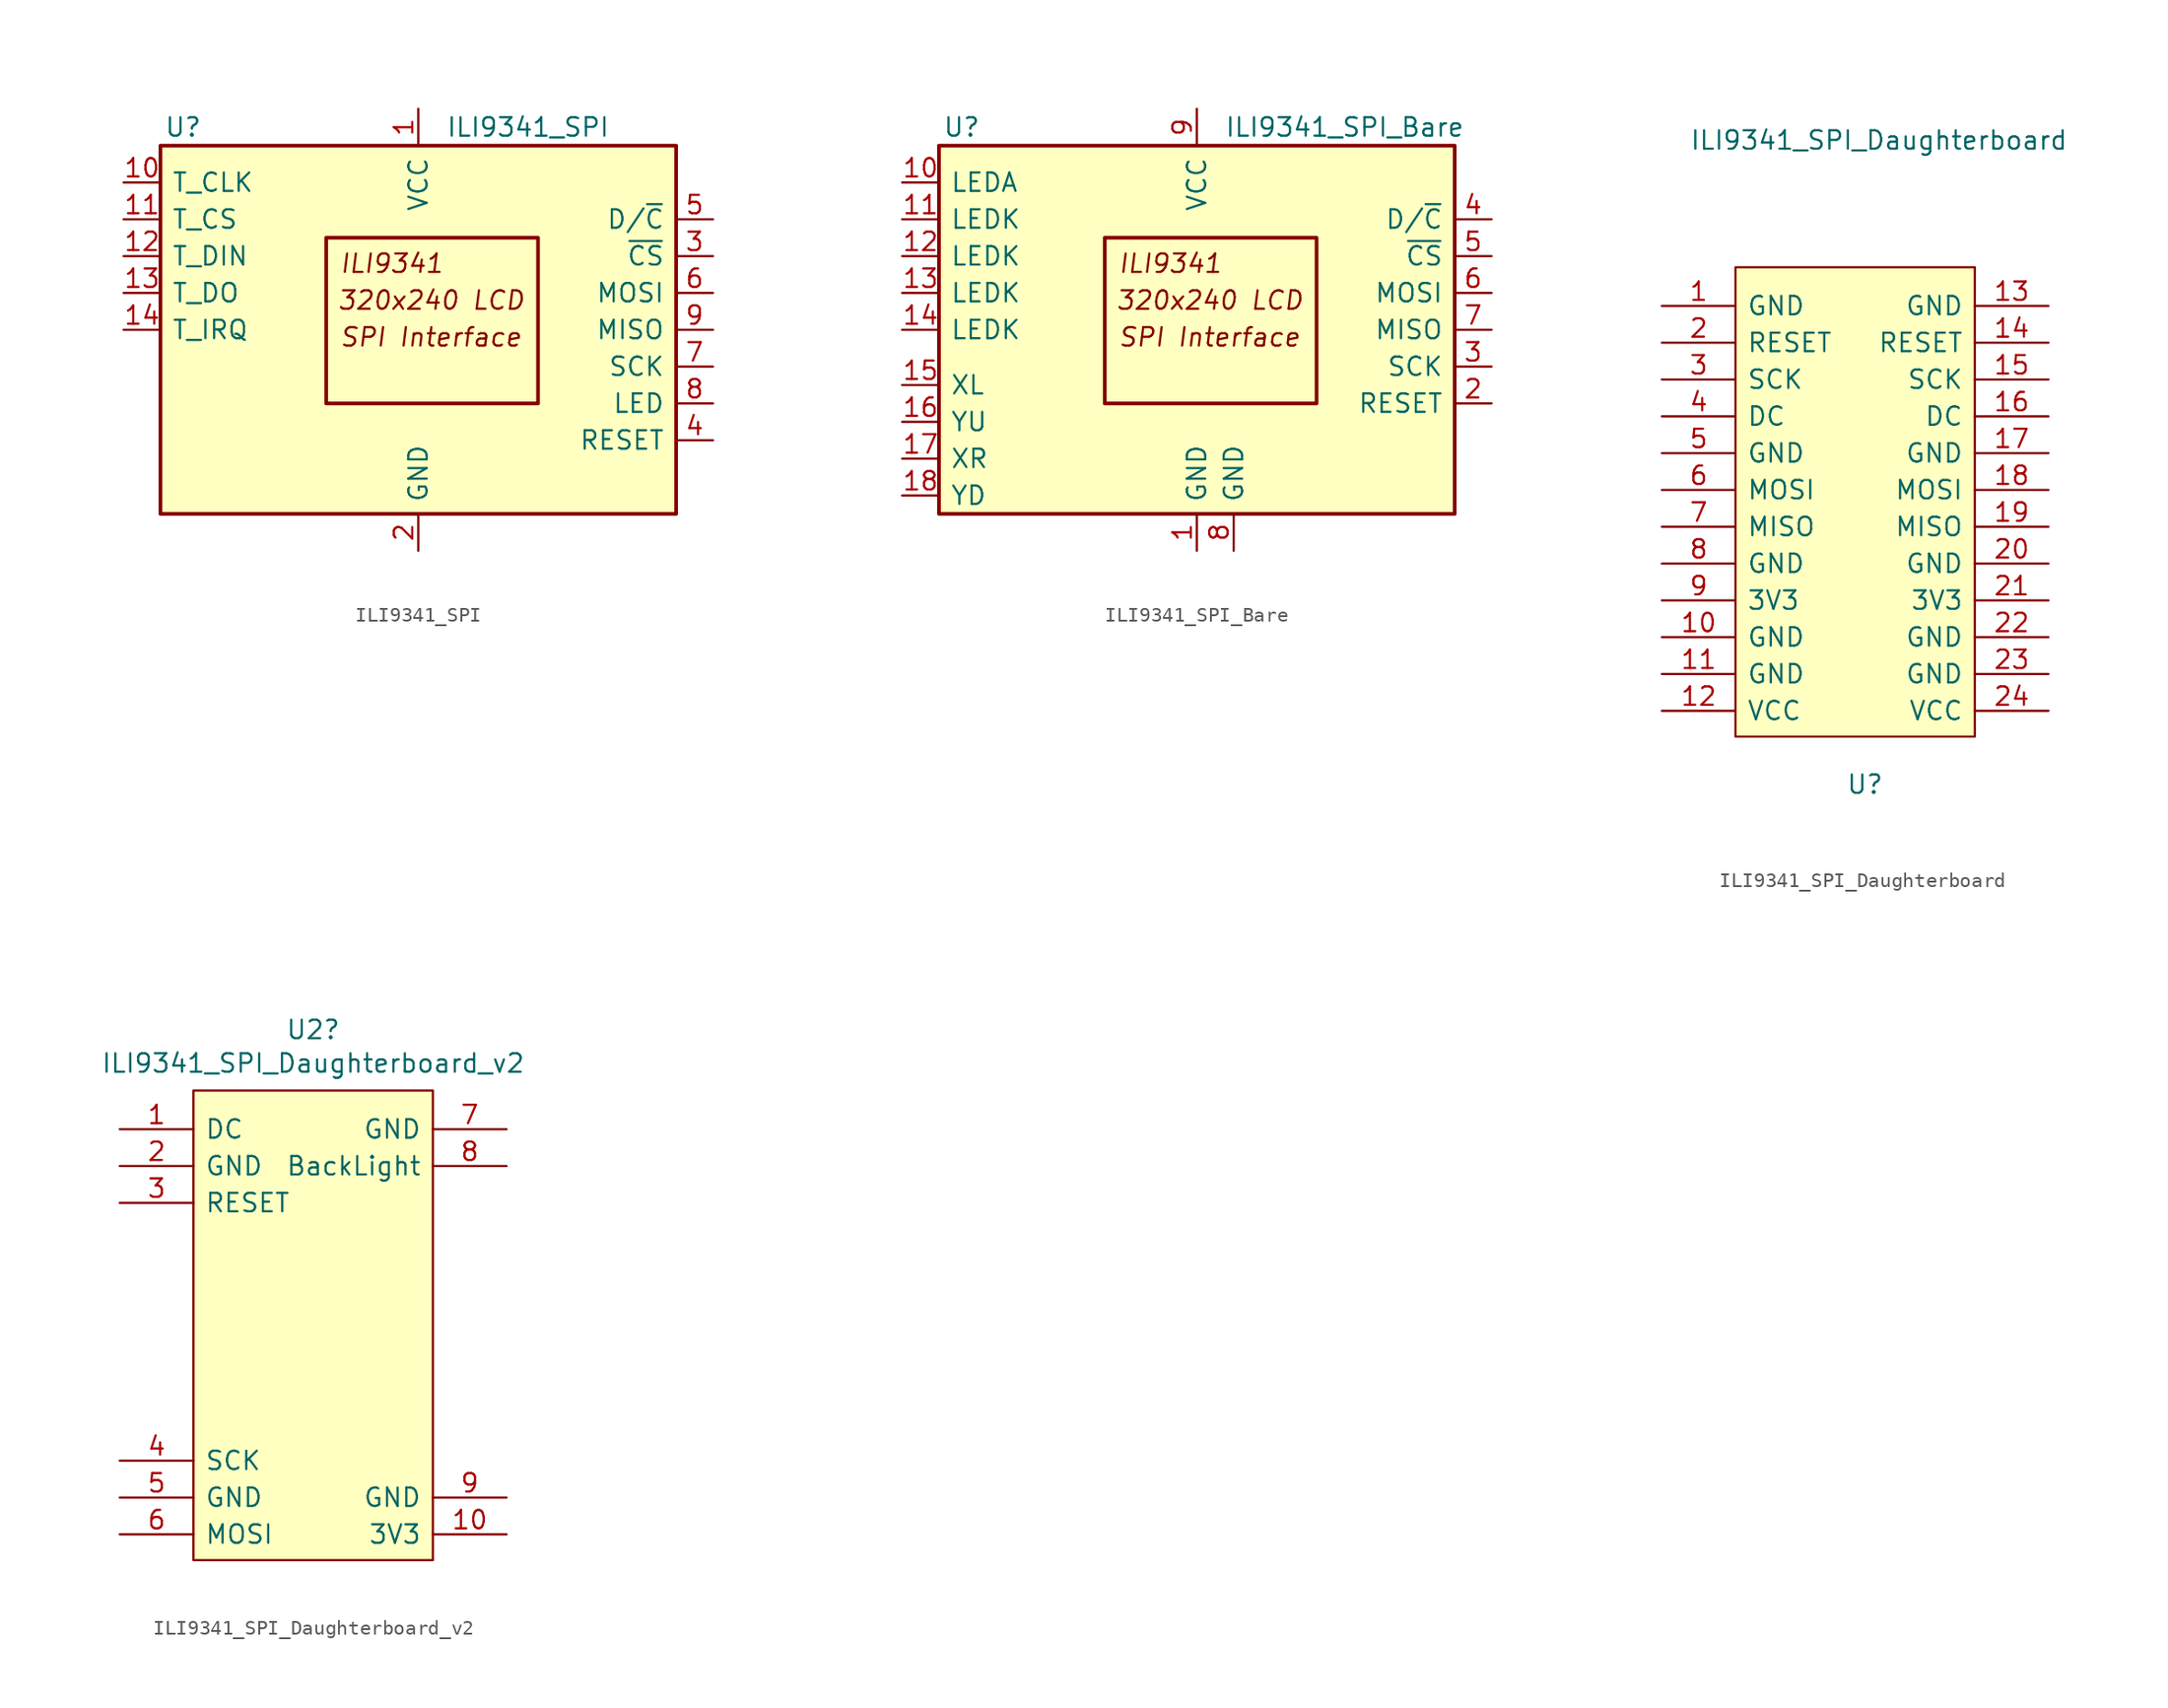
<source format=kicad_sym>
(kicad_symbol_lib
  (version 20231120)
  (generator "kicad_symbol_editor")
  (generator_version "8.0")
  (symbol "ILI9341_SPI"
    (pin_names
      (offset 0.762))
    (property "Reference" "U"
      (at -17.526 13.97 0)
      (effects (font (size 1.27 1.27)) (justify left)))
    (property "Value" "ILI9341_SPI"
      (at 1.905 13.97 0)
      (effects (font (size 1.27 1.27)) (justify left)))
    (symbol "ILI9341_SPI_0_0"
      (text "320x240 LCD" (at 0.889 2.032 0) (effects (font (size 1.27 1.27) (italic yes))))
      (text "ILI9341" (at -5.461 4.572 0) (effects (font (size 1.27 1.27) (italic yes)) (justify left)))
      (text "SPI Interface" (at -5.461 -0.508 0) (effects (font (size 1.27 1.27) (italic yes)) (justify left))))
    (symbol "ILI9341_SPI_0_1"
      (rectangle (start -17.78 12.7) (end 17.78 -12.7) (stroke (width 0.254) (type default)) (fill (type background)))
      (rectangle (start -6.35 6.35) (end 8.255 -5.08) (stroke (width 0.254) (type default)) (fill (type none))))
    (symbol "ILI9341_SPI_1_1"
      (pin power_in line (at 0 15.24 270) (length 2.54) (name "VCC" (effects (font (size 1.27 1.27)))) (number "1" (effects (font (size 1.27 1.27)))))
      (pin input line (at -20.32 10.16 0) (length 2.54) (name "T_CLK" (effects (font (size 1.27 1.27)))) (number "10" (effects (font (size 1.27 1.27)))))
      (pin input line (at -20.32 7.62 0) (length 2.54) (name "T_CS" (effects (font (size 1.27 1.27)))) (number "11" (effects (font (size 1.27 1.27)))))
      (pin output line (at -20.32 5.08 0) (length 2.54) (name "T_DIN" (effects (font (size 1.27 1.27)))) (number "12" (effects (font (size 1.27 1.27)))))
      (pin input line (at -20.32 2.54 0) (length 2.54) (name "T_DO" (effects (font (size 1.27 1.27)))) (number "13" (effects (font (size 1.27 1.27)))))
      (pin input line (at -20.32 0 0) (length 2.54) (name "T_IRQ" (effects (font (size 1.27 1.27)))) (number "14" (effects (font (size 1.27 1.27)))))
      (pin power_in line (at 0 -15.24 90) (length 2.54) (name "GND" (effects (font (size 1.27 1.27)))) (number "2" (effects (font (size 1.27 1.27)))))
      (pin input line (at 20.32 5.08 180) (length 2.54) (name "~{CS}" (effects (font (size 1.27 1.27)))) (number "3" (effects (font (size 1.27 1.27)))))
      (pin input line (at 20.32 -7.62 180) (length 2.54) (name "RESET" (effects (font (size 1.27 1.27)))) (number "4" (effects (font (size 1.27 1.27)))))
      (pin input line (at 20.32 7.62 180) (length 2.54) (name "D/~{C}" (effects (font (size 1.27 1.27)))) (number "5" (effects (font (size 1.27 1.27)))))
      (pin input line (at 20.32 2.54 180) (length 2.54) (name "MOSI" (effects (font (size 1.27 1.27)))) (number "6" (effects (font (size 1.27 1.27)))))
      (pin input line (at 20.32 -2.54 180) (length 2.54) (name "SCK" (effects (font (size 1.27 1.27)))) (number "7" (effects (font (size 1.27 1.27)))))
      (pin input line (at 20.32 -5.08 180) (length 2.54) (name "LED" (effects (font (size 1.27 1.27)))) (number "8" (effects (font (size 1.27 1.27)))))
      (pin output line (at 20.32 0 180) (length 2.54) (name "MISO" (effects (font (size 1.27 1.27)))) (number "9" (effects (font (size 1.27 1.27)))))))
  (symbol "ILI9341_SPI_Bare"
    (pin_names
      (offset 0.762))
    (property "Reference" "U"
      (at -17.526 13.97 0)
      (effects (font (size 1.27 1.27)) (justify left)))
    (property "Value" "ILI9341_SPI_Bare"
      (at 1.905 13.97 0)
      (effects (font (size 1.27 1.27)) (justify left)))
    (symbol "ILI9341_SPI_Bare_0_0"
      (text "320x240 LCD" (at 0.889 2.032 0) (effects (font (size 1.27 1.27) (italic yes))))
      (text "ILI9341" (at -5.461 4.572 0) (effects (font (size 1.27 1.27) (italic yes)) (justify left)))
      (text "SPI Interface" (at -5.461 -0.508 0) (effects (font (size 1.27 1.27) (italic yes)) (justify left))))
    (symbol "ILI9341_SPI_Bare_0_1"
      (rectangle (start -17.78 12.7) (end 17.78 -12.7) (stroke (width 0.254) (type default)) (fill (type background)))
      (rectangle (start -6.35 6.35) (end 8.255 -5.08) (stroke (width 0.254) (type default)) (fill (type none))))
    (symbol "ILI9341_SPI_Bare_1_1"
      (pin power_in line (at 0 -15.24 90) (length 2.54) (name "GND" (effects (font (size 1.27 1.27)))) (number "1" (effects (font (size 1.27 1.27)))))
      (pin input line (at -20.32 10.16 0) (length 2.54) (name "LEDA" (effects (font (size 1.27 1.27)))) (number "10" (effects (font (size 1.27 1.27)))))
      (pin input line (at -20.32 7.62 0) (length 2.54) (name "LEDK" (effects (font (size 1.27 1.27)))) (number "11" (effects (font (size 1.27 1.27)))))
      (pin input line (at -20.32 5.08 0) (length 2.54) (name "LEDK" (effects (font (size 1.27 1.27)))) (number "12" (effects (font (size 1.27 1.27)))))
      (pin input line (at -20.32 2.54 0) (length 2.54) (name "LEDK" (effects (font (size 1.27 1.27)))) (number "13" (effects (font (size 1.27 1.27)))))
      (pin input line (at -20.32 0 0) (length 2.54) (name "LEDK" (effects (font (size 1.27 1.27)))) (number "14" (effects (font (size 1.27 1.27)))))
      (pin input line (at -20.32 -3.81 0) (length 2.54) (name "XL" (effects (font (size 1.27 1.27)))) (number "15" (effects (font (size 1.27 1.27)))))
      (pin input line (at -20.32 -6.35 0) (length 2.54) (name "YU" (effects (font (size 1.27 1.27)))) (number "16" (effects (font (size 1.27 1.27)))))
      (pin input line (at -20.32 -8.89 0) (length 2.54) (name "XR" (effects (font (size 1.27 1.27)))) (number "17" (effects (font (size 1.27 1.27)))))
      (pin input line (at -20.32 -11.43 0) (length 2.54) (name "YD" (effects (font (size 1.27 1.27)))) (number "18" (effects (font (size 1.27 1.27)))))
      (pin input line (at 20.32 -5.08 180) (length 2.54) (name "RESET" (effects (font (size 1.27 1.27)))) (number "2" (effects (font (size 1.27 1.27)))))
      (pin input line (at 20.32 -2.54 180) (length 2.54) (name "SCK" (effects (font (size 1.27 1.27)))) (number "3" (effects (font (size 1.27 1.27)))))
      (pin input line (at 20.32 7.62 180) (length 2.54) (name "D/~{C}" (effects (font (size 1.27 1.27)))) (number "4" (effects (font (size 1.27 1.27)))))
      (pin input line (at 20.32 5.08 180) (length 2.54) (name "~{CS}" (effects (font (size 1.27 1.27)))) (number "5" (effects (font (size 1.27 1.27)))))
      (pin input line (at 20.32 2.54 180) (length 2.54) (name "MOSI" (effects (font (size 1.27 1.27)))) (number "6" (effects (font (size 1.27 1.27)))))
      (pin output line (at 20.32 0 180) (length 2.54) (name "MISO" (effects (font (size 1.27 1.27)))) (number "7" (effects (font (size 1.27 1.27)))))
      (pin power_in line (at 2.54 -15.24 90) (length 2.54) (name "GND" (effects (font (size 1.27 1.27)))) (number "8" (effects (font (size 1.27 1.27)))))
      (pin power_in line (at 0 15.24 270) (length 2.54) (name "VCC" (effects (font (size 1.27 1.27)))) (number "9" (effects (font (size 1.27 1.27)))))))
  (symbol "ILI9341_SPI_Daughterboard"
    (pin_names
      (offset 0.762))
    (property "Reference" "U"
      (at 12.7 -33.02 0)
      (effects (font (size 1.27 1.27)) (justify left)))
    (property "Value" "ILI9341_SPI_Daughterboard"
      (at 1.905 11.43 0)
      (effects (font (size 1.27 1.27)) (justify left)))
    (symbol "ILI9341_SPI_Daughterboard_0_0"
      (pin power_in line (at 0 0 0) (length 5.08) (name "GND" (effects (font (size 1.27 1.27)))) (number "1" (effects (font (size 1.27 1.27)))))
      (pin power_in line (at 26.67 0 180) (length 5.08) (name "GND" (effects (font (size 1.27 1.27)))) (number "13" (effects (font (size 1.27 1.27)))))
      (pin input line (at 26.67 -2.54 180) (length 5.08) (name "RESET" (effects (font (size 1.27 1.27)))) (number "14" (effects (font (size 1.27 1.27)))))
      (pin input line (at 26.67 -5.08 180) (length 5.08) (name "SCK" (effects (font (size 1.27 1.27)))) (number "15" (effects (font (size 1.27 1.27)))))
      (pin input line (at 26.67 -7.62 180) (length 5.08) (name "DC" (effects (font (size 1.27 1.27)))) (number "16" (effects (font (size 1.27 1.27)))))
      (pin power_in line (at 26.67 -10.16 180) (length 5.08) (name "GND" (effects (font (size 1.27 1.27)))) (number "17" (effects (font (size 1.27 1.27)))))
      (pin input line (at 26.67 -12.7 180) (length 5.08) (name "MOSI" (effects (font (size 1.27 1.27)))) (number "18" (effects (font (size 1.27 1.27)))))
      (pin output line (at 26.67 -15.24 180) (length 5.08) (name "MISO" (effects (font (size 1.27 1.27)))) (number "19" (effects (font (size 1.27 1.27)))))
      (pin input line (at 0 -2.54 0) (length 5.08) (name "RESET" (effects (font (size 1.27 1.27)))) (number "2" (effects (font (size 1.27 1.27)))))
      (pin power_in line (at 26.67 -17.78 180) (length 5.08) (name "GND" (effects (font (size 1.27 1.27)))) (number "20" (effects (font (size 1.27 1.27)))))
      (pin input line (at 0 -5.08 0) (length 5.08) (name "SCK" (effects (font (size 1.27 1.27)))) (number "3" (effects (font (size 1.27 1.27)))))
      (pin input line (at 0 -7.62 0) (length 5.08) (name "DC" (effects (font (size 1.27 1.27)))) (number "4" (effects (font (size 1.27 1.27)))))
      (pin power_in line (at 0 -10.16 0) (length 5.08) (name "GND" (effects (font (size 1.27 1.27)))) (number "5" (effects (font (size 1.27 1.27)))))
      (pin input line (at 0 -12.7 0) (length 5.08) (name "MOSI" (effects (font (size 1.27 1.27)))) (number "6" (effects (font (size 1.27 1.27)))))
      (pin output line (at 0 -15.24 0) (length 5.08) (name "MISO" (effects (font (size 1.27 1.27)))) (number "7" (effects (font (size 1.27 1.27)))))
      (pin power_in line (at 0 -17.78 0) (length 5.08) (name "GND" (effects (font (size 1.27 1.27)))) (number "8" (effects (font (size 1.27 1.27))))))
    (symbol "ILI9341_SPI_Daughterboard_0_1"
      (rectangle (start 5.08 2.667) (end 21.59 -29.718) (stroke (width 0) (type default)) (fill (type background))))
    (symbol "ILI9341_SPI_Daughterboard_1_1"
      (pin power_in line (at 0 -22.86 0) (length 5.08) (name "GND" (effects (font (size 1.27 1.27)))) (number "10" (effects (font (size 1.27 1.27)))))
      (pin power_in line (at 0 -25.4 0) (length 5.08) (name "GND" (effects (font (size 1.27 1.27)))) (number "11" (effects (font (size 1.27 1.27)))))
      (pin power_in line (at 0 -27.94 0) (length 5.08) (name "VCC" (effects (font (size 1.27 1.27)))) (number "12" (effects (font (size 1.27 1.27)))))
      (pin power_in line (at 26.67 -20.32 180) (length 5.08) (name "3V3" (effects (font (size 1.27 1.27)))) (number "21" (effects (font (size 1.27 1.27)))))
      (pin power_in line (at 26.67 -22.86 180) (length 5.08) (name "GND" (effects (font (size 1.27 1.27)))) (number "22" (effects (font (size 1.27 1.27)))))
      (pin power_in line (at 26.67 -25.4 180) (length 5.08) (name "GND" (effects (font (size 1.27 1.27)))) (number "23" (effects (font (size 1.27 1.27)))))
      (pin power_in line (at 26.67 -27.94 180) (length 5.08) (name "VCC" (effects (font (size 1.27 1.27)))) (number "24" (effects (font (size 1.27 1.27)))))
      (pin power_in line (at 0 -20.32 0) (length 5.08) (name "3V3" (effects (font (size 1.27 1.27)))) (number "9" (effects (font (size 1.27 1.27)))))))
  (symbol "ILI9341_SPI_Daughterboard_v2"
    (pin_names
      (offset 0.762))
    (property "Reference" "U2"
      (at 13.335 6.858 0)
      (effects (font (size 1.27 1.27))))
    (property "Value" "ILI9341_SPI_Daughterboard_v2"
      (at 13.335 4.547 0)
      (effects (font (size 1.27 1.27))))
    (symbol "ILI9341_SPI_Daughterboard_v2_0_0"
      (pin input line (at 0 0 0) (length 5.08) (name "DC" (effects (font (size 1.27 1.27)))) (number "1" (effects (font (size 1.27 1.27)))))
      (pin power_in line (at 0 -2.54 0) (length 5.08) (name "GND" (effects (font (size 1.27 1.27)))) (number "2" (effects (font (size 1.27 1.27)))))
      (pin input line (at 0 -5.08 0) (length 5.08) (name "RESET" (effects (font (size 1.27 1.27)))) (number "3" (effects (font (size 1.27 1.27)))))
      (pin input line (at 0 -22.86 0) (length 5.08) (name "SCK" (effects (font (size 1.27 1.27)))) (number "4" (effects (font (size 1.27 1.27)))))
      (pin power_in line (at 0 -25.4 0) (length 5.08) (name "GND" (effects (font (size 1.27 1.27)))) (number "5" (effects (font (size 1.27 1.27)))))
      (pin input line (at 0 -27.94 0) (length 5.08) (name "MOSI" (effects (font (size 1.27 1.27)))) (number "6" (effects (font (size 1.27 1.27))))))
    (symbol "ILI9341_SPI_Daughterboard_v2_0_1"
      (rectangle (start 5.08 2.667) (end 21.59 -29.718) (stroke (width 0) (type default)) (fill (type background))))
    (symbol "ILI9341_SPI_Daughterboard_v2_1_1"
      (pin power_in line (at 26.67 -27.94 180) (length 5.08) (name "3V3" (effects (font (size 1.27 1.27)))) (number "10" (effects (font (size 1.27 1.27)))))
      (pin power_in line (at 26.67 0 180) (length 5.08) (name "GND" (effects (font (size 1.27 1.27)))) (number "7" (effects (font (size 1.27 1.27)))))
      (pin input line (at 26.67 -2.54 180) (length 5.08) (name "BackLight" (effects (font (size 1.27 1.27)))) (number "8" (effects (font (size 1.27 1.27)))))
      (pin power_in line (at 26.67 -25.4 180) (length 5.08) (name "GND" (effects (font (size 1.27 1.27)))) (number "9" (effects (font (size 1.27 1.27))))))))
</source>
